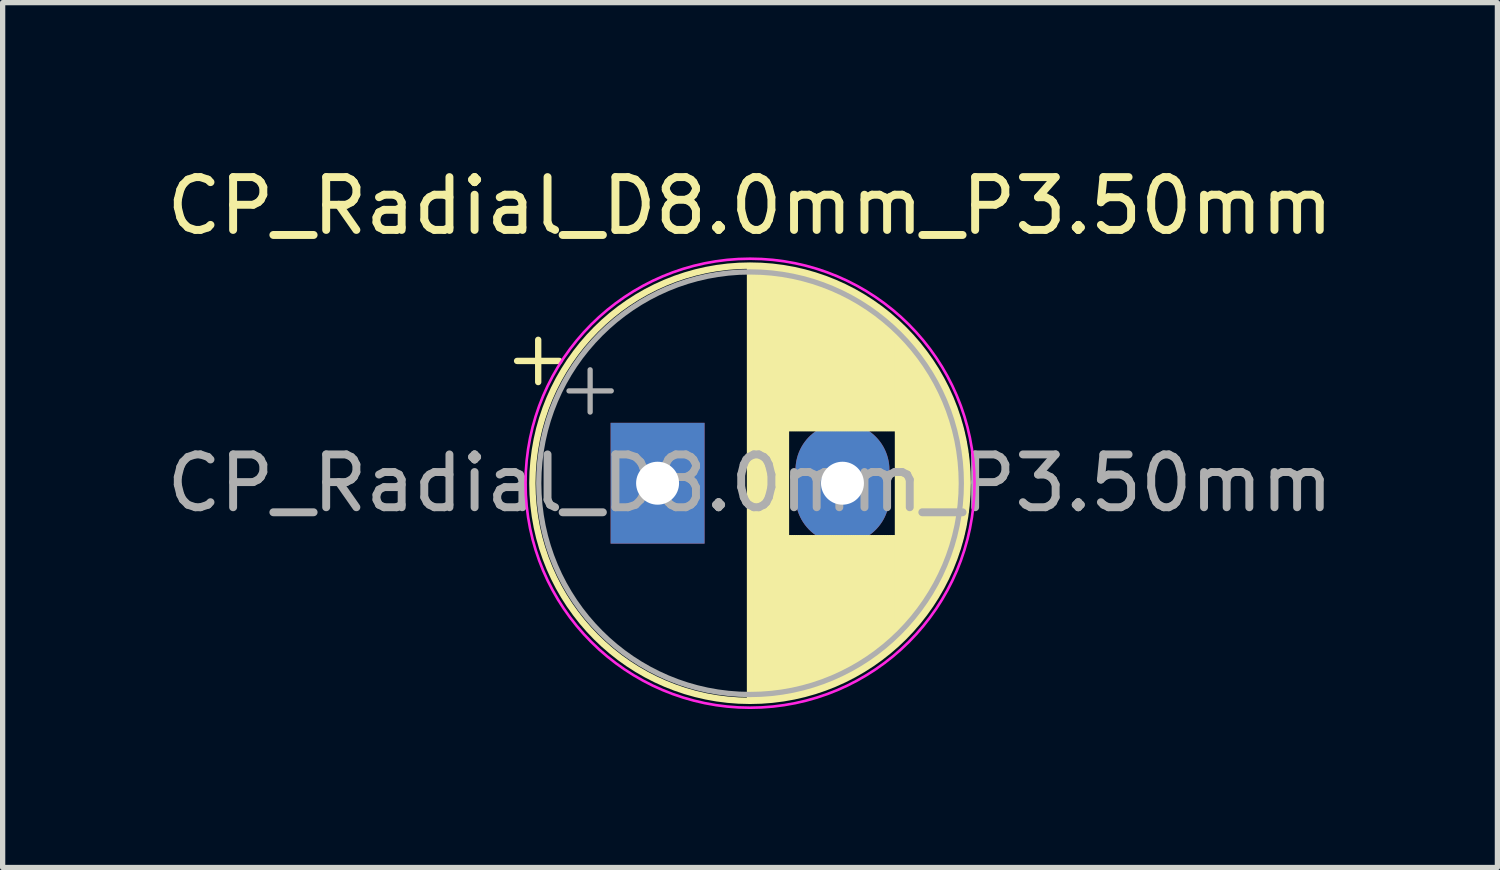
<source format=kicad_pcb>
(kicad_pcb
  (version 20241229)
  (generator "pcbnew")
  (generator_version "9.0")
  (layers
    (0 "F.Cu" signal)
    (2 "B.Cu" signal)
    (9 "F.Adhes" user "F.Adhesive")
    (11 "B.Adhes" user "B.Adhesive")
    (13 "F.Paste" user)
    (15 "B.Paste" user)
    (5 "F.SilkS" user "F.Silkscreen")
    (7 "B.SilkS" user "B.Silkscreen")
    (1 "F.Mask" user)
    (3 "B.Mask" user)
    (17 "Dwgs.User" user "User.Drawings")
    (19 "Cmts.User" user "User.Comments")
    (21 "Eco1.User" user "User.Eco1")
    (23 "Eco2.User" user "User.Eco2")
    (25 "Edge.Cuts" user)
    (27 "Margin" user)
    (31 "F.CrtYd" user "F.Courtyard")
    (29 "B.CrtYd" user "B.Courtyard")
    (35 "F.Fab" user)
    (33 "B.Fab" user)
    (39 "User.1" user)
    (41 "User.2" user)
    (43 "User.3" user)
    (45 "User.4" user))
  (footprint "CP_Radial_D8.0mm_P3.50mm"
    (layer "F.Cu")
    (at 9.399 6.098)
    (property "Reference" "CP_Radial_D8.0mm_P3.50mm" (at 1.75 -5.25 0) (layer "F.SilkS") (effects (font (size 1 1) (thickness 0.15))))
    (attr through_hole)
    (fp_line (start -2.66 -2.315) (end -1.86 -2.315) (stroke (width 0.12) (type solid)) (layer "F.SilkS"))
    (fp_line (start -2.26 -2.715) (end -2.26 -1.915) (stroke (width 0.12) (type solid)) (layer "F.SilkS"))
    (fp_line (start 1.75 -4.08) (end 1.75 4.08) (stroke (width 0.12) (type solid)) (layer "F.SilkS"))
    (fp_line (start 1.79 -4.08) (end 1.79 4.08) (stroke (width 0.12) (type solid)) (layer "F.SilkS"))
    (fp_line (start 1.83 -4.08) (end 1.83 4.08) (stroke (width 0.12) (type solid)) (layer "F.SilkS"))
    (fp_line (start 1.87 -4.079) (end 1.87 4.079) (stroke (width 0.12) (type solid)) (layer "F.SilkS"))
    (fp_line (start 1.91 -4.077) (end 1.91 4.077) (stroke (width 0.12) (type solid)) (layer "F.SilkS"))
    (fp_line (start 1.95 -4.076) (end 1.95 4.076) (stroke (width 0.12) (type solid)) (layer "F.SilkS"))
    (fp_line (start 1.99 -4.074) (end 1.99 4.074) (stroke (width 0.12) (type solid)) (layer "F.SilkS"))
    (fp_line (start 2.03 -4.071) (end 2.03 4.071) (stroke (width 0.12) (type solid)) (layer "F.SilkS"))
    (fp_line (start 2.07 -4.068) (end 2.07 4.068) (stroke (width 0.12) (type solid)) (layer "F.SilkS"))
    (fp_line (start 2.11 -4.065) (end 2.11 4.065) (stroke (width 0.12) (type solid)) (layer "F.SilkS"))
    (fp_line (start 2.15 -4.061) (end 2.15 4.061) (stroke (width 0.12) (type solid)) (layer "F.SilkS"))
    (fp_line (start 2.19 -4.057) (end 2.19 4.057) (stroke (width 0.12) (type solid)) (layer "F.SilkS"))
    (fp_line (start 2.23 -4.052) (end 2.23 4.052) (stroke (width 0.12) (type solid)) (layer "F.SilkS"))
    (fp_line (start 2.27 -4.048) (end 2.27 4.048) (stroke (width 0.12) (type solid)) (layer "F.SilkS"))
    (fp_line (start 2.31 -4.042) (end 2.31 4.042) (stroke (width 0.12) (type solid)) (layer "F.SilkS"))
    (fp_line (start 2.35 -4.037) (end 2.35 4.037) (stroke (width 0.12) (type solid)) (layer "F.SilkS"))
    (fp_line (start 2.39 -4.03) (end 2.39 4.03) (stroke (width 0.12) (type solid)) (layer "F.SilkS"))
    (fp_line (start 2.43 -4.024) (end 2.43 4.024) (stroke (width 0.12) (type solid)) (layer "F.SilkS"))
    (fp_line (start 2.471 -4.017) (end 2.471 -1.04) (stroke (width 0.12) (type solid)) (layer "F.SilkS"))
    (fp_line (start 2.471 1.04) (end 2.471 4.017) (stroke (width 0.12) (type solid)) (layer "F.SilkS"))
    (fp_line (start 2.511 -4.01) (end 2.511 -1.04) (stroke (width 0.12) (type solid)) (layer "F.SilkS"))
    (fp_line (start 2.511 1.04) (end 2.511 4.01) (stroke (width 0.12) (type solid)) (layer "F.SilkS"))
    (fp_line (start 2.551 -4.002) (end 2.551 -1.04) (stroke (width 0.12) (type solid)) (layer "F.SilkS"))
    (fp_line (start 2.551 1.04) (end 2.551 4.002) (stroke (width 0.12) (type solid)) (layer "F.SilkS"))
    (fp_line (start 2.591 -3.994) (end 2.591 -1.04) (stroke (width 0.12) (type solid)) (layer "F.SilkS"))
    (fp_line (start 2.591 1.04) (end 2.591 3.994) (stroke (width 0.12) (type solid)) (layer "F.SilkS"))
    (fp_line (start 2.631 -3.985) (end 2.631 -1.04) (stroke (width 0.12) (type solid)) (layer "F.SilkS"))
    (fp_line (start 2.631 1.04) (end 2.631 3.985) (stroke (width 0.12) (type solid)) (layer "F.SilkS"))
    (fp_line (start 2.671 -3.976) (end 2.671 -1.04) (stroke (width 0.12) (type solid)) (layer "F.SilkS"))
    (fp_line (start 2.671 1.04) (end 2.671 3.976) (stroke (width 0.12) (type solid)) (layer "F.SilkS"))
    (fp_line (start 2.711 -3.967) (end 2.711 -1.04) (stroke (width 0.12) (type solid)) (layer "F.SilkS"))
    (fp_line (start 2.711 1.04) (end 2.711 3.967) (stroke (width 0.12) (type solid)) (layer "F.SilkS"))
    (fp_line (start 2.751 -3.957) (end 2.751 -1.04) (stroke (width 0.12) (type solid)) (layer "F.SilkS"))
    (fp_line (start 2.751 1.04) (end 2.751 3.957) (stroke (width 0.12) (type solid)) (layer "F.SilkS"))
    (fp_line (start 2.791 -3.947) (end 2.791 -1.04) (stroke (width 0.12) (type solid)) (layer "F.SilkS"))
    (fp_line (start 2.791 1.04) (end 2.791 3.947) (stroke (width 0.12) (type solid)) (layer "F.SilkS"))
    (fp_line (start 2.831 -3.936) (end 2.831 -1.04) (stroke (width 0.12) (type solid)) (layer "F.SilkS"))
    (fp_line (start 2.831 1.04) (end 2.831 3.936) (stroke (width 0.12) (type solid)) (layer "F.SilkS"))
    (fp_line (start 2.871 -3.925) (end 2.871 -1.04) (stroke (width 0.12) (type solid)) (layer "F.SilkS"))
    (fp_line (start 2.871 1.04) (end 2.871 3.925) (stroke (width 0.12) (type solid)) (layer "F.SilkS"))
    (fp_line (start 2.911 -3.914) (end 2.911 -1.04) (stroke (width 0.12) (type solid)) (layer "F.SilkS"))
    (fp_line (start 2.911 1.04) (end 2.911 3.914) (stroke (width 0.12) (type solid)) (layer "F.SilkS"))
    (fp_line (start 2.951 -3.902) (end 2.951 -1.04) (stroke (width 0.12) (type solid)) (layer "F.SilkS"))
    (fp_line (start 2.951 1.04) (end 2.951 3.902) (stroke (width 0.12) (type solid)) (layer "F.SilkS"))
    (fp_line (start 2.991 -3.889) (end 2.991 -1.04) (stroke (width 0.12) (type solid)) (layer "F.SilkS"))
    (fp_line (start 2.991 1.04) (end 2.991 3.889) (stroke (width 0.12) (type solid)) (layer "F.SilkS"))
    (fp_line (start 3.031 -3.877) (end 3.031 -1.04) (stroke (width 0.12) (type solid)) (layer "F.SilkS"))
    (fp_line (start 3.031 1.04) (end 3.031 3.877) (stroke (width 0.12) (type solid)) (layer "F.SilkS"))
    (fp_line (start 3.071 -3.863) (end 3.071 -1.04) (stroke (width 0.12) (type solid)) (layer "F.SilkS"))
    (fp_line (start 3.071 1.04) (end 3.071 3.863) (stroke (width 0.12) (type solid)) (layer "F.SilkS"))
    (fp_line (start 3.111 -3.85) (end 3.111 -1.04) (stroke (width 0.12) (type solid)) (layer "F.SilkS"))
    (fp_line (start 3.111 1.04) (end 3.111 3.85) (stroke (width 0.12) (type solid)) (layer "F.SilkS"))
    (fp_line (start 3.151 -3.835) (end 3.151 -1.04) (stroke (width 0.12) (type solid)) (layer "F.SilkS"))
    (fp_line (start 3.151 1.04) (end 3.151 3.835) (stroke (width 0.12) (type solid)) (layer "F.SilkS"))
    (fp_line (start 3.191 -3.821) (end 3.191 -1.04) (stroke (width 0.12) (type solid)) (layer "F.SilkS"))
    (fp_line (start 3.191 1.04) (end 3.191 3.821) (stroke (width 0.12) (type solid)) (layer "F.SilkS"))
    (fp_line (start 3.231 -3.805) (end 3.231 -1.04) (stroke (width 0.12) (type solid)) (layer "F.SilkS"))
    (fp_line (start 3.231 1.04) (end 3.231 3.805) (stroke (width 0.12) (type solid)) (layer "F.SilkS"))
    (fp_line (start 3.271 -3.79) (end 3.271 -1.04) (stroke (width 0.12) (type solid)) (layer "F.SilkS"))
    (fp_line (start 3.271 1.04) (end 3.271 3.79) (stroke (width 0.12) (type solid)) (layer "F.SilkS"))
    (fp_line (start 3.311 -3.774) (end 3.311 -1.04) (stroke (width 0.12) (type solid)) (layer "F.SilkS"))
    (fp_line (start 3.311 1.04) (end 3.311 3.774) (stroke (width 0.12) (type solid)) (layer "F.SilkS"))
    (fp_line (start 3.351 -3.757) (end 3.351 -1.04) (stroke (width 0.12) (type solid)) (layer "F.SilkS"))
    (fp_line (start 3.351 1.04) (end 3.351 3.757) (stroke (width 0.12) (type solid)) (layer "F.SilkS"))
    (fp_line (start 3.391 -3.74) (end 3.391 -1.04) (stroke (width 0.12) (type solid)) (layer "F.SilkS"))
    (fp_line (start 3.391 1.04) (end 3.391 3.74) (stroke (width 0.12) (type solid)) (layer "F.SilkS"))
    (fp_line (start 3.431 -3.722) (end 3.431 -1.04) (stroke (width 0.12) (type solid)) (layer "F.SilkS"))
    (fp_line (start 3.431 1.04) (end 3.431 3.722) (stroke (width 0.12) (type solid)) (layer "F.SilkS"))
    (fp_line (start 3.471 -3.704) (end 3.471 -1.04) (stroke (width 0.12) (type solid)) (layer "F.SilkS"))
    (fp_line (start 3.471 1.04) (end 3.471 3.704) (stroke (width 0.12) (type solid)) (layer "F.SilkS"))
    (fp_line (start 3.511 -3.686) (end 3.511 -1.04) (stroke (width 0.12) (type solid)) (layer "F.SilkS"))
    (fp_line (start 3.511 1.04) (end 3.511 3.686) (stroke (width 0.12) (type solid)) (layer "F.SilkS"))
    (fp_line (start 3.551 -3.666) (end 3.551 -1.04) (stroke (width 0.12) (type solid)) (layer "F.SilkS"))
    (fp_line (start 3.551 1.04) (end 3.551 3.666) (stroke (width 0.12) (type solid)) (layer "F.SilkS"))
    (fp_line (start 3.591 -3.647) (end 3.591 -1.04) (stroke (width 0.12) (type solid)) (layer "F.SilkS"))
    (fp_line (start 3.591 1.04) (end 3.591 3.647) (stroke (width 0.12) (type solid)) (layer "F.SilkS"))
    (fp_line (start 3.631 -3.627) (end 3.631 -1.04) (stroke (width 0.12) (type solid)) (layer "F.SilkS"))
    (fp_line (start 3.631 1.04) (end 3.631 3.627) (stroke (width 0.12) (type solid)) (layer "F.SilkS"))
    (fp_line (start 3.671 -3.606) (end 3.671 -1.04) (stroke (width 0.12) (type solid)) (layer "F.SilkS"))
    (fp_line (start 3.671 1.04) (end 3.671 3.606) (stroke (width 0.12) (type solid)) (layer "F.SilkS"))
    (fp_line (start 3.711 -3.584) (end 3.711 -1.04) (stroke (width 0.12) (type solid)) (layer "F.SilkS"))
    (fp_line (start 3.711 1.04) (end 3.711 3.584) (stroke (width 0.12) (type solid)) (layer "F.SilkS"))
    (fp_line (start 3.751 -3.562) (end 3.751 -1.04) (stroke (width 0.12) (type solid)) (layer "F.SilkS"))
    (fp_line (start 3.751 1.04) (end 3.751 3.562) (stroke (width 0.12) (type solid)) (layer "F.SilkS"))
    (fp_line (start 3.791 -3.54) (end 3.791 -1.04) (stroke (width 0.12) (type solid)) (layer "F.SilkS"))
    (fp_line (start 3.791 1.04) (end 3.791 3.54) (stroke (width 0.12) (type solid)) (layer "F.SilkS"))
    (fp_line (start 3.831 -3.517) (end 3.831 -1.04) (stroke (width 0.12) (type solid)) (layer "F.SilkS"))
    (fp_line (start 3.831 1.04) (end 3.831 3.517) (stroke (width 0.12) (type solid)) (layer "F.SilkS"))
    (fp_line (start 3.871 -3.493) (end 3.871 -1.04) (stroke (width 0.12) (type solid)) (layer "F.SilkS"))
    (fp_line (start 3.871 1.04) (end 3.871 3.493) (stroke (width 0.12) (type solid)) (layer "F.SilkS"))
    (fp_line (start 3.911 -3.469) (end 3.911 -1.04) (stroke (width 0.12) (type solid)) (layer "F.SilkS"))
    (fp_line (start 3.911 1.04) (end 3.911 3.469) (stroke (width 0.12) (type solid)) (layer "F.SilkS"))
    (fp_line (start 3.951 -3.444) (end 3.951 -1.04) (stroke (width 0.12) (type solid)) (layer "F.SilkS"))
    (fp_line (start 3.951 1.04) (end 3.951 3.444) (stroke (width 0.12) (type solid)) (layer "F.SilkS"))
    (fp_line (start 3.991 -3.418) (end 3.991 -1.04) (stroke (width 0.12) (type solid)) (layer "F.SilkS"))
    (fp_line (start 3.991 1.04) (end 3.991 3.418) (stroke (width 0.12) (type solid)) (layer "F.SilkS"))
    (fp_line (start 4.031 -3.392) (end 4.031 -1.04) (stroke (width 0.12) (type solid)) (layer "F.SilkS"))
    (fp_line (start 4.031 1.04) (end 4.031 3.392) (stroke (width 0.12) (type solid)) (layer "F.SilkS"))
    (fp_line (start 4.071 -3.365) (end 4.071 -1.04) (stroke (width 0.12) (type solid)) (layer "F.SilkS"))
    (fp_line (start 4.071 1.04) (end 4.071 3.365) (stroke (width 0.12) (type solid)) (layer "F.SilkS"))
    (fp_line (start 4.111 -3.338) (end 4.111 -1.04) (stroke (width 0.12) (type solid)) (layer "F.SilkS"))
    (fp_line (start 4.111 1.04) (end 4.111 3.338) (stroke (width 0.12) (type solid)) (layer "F.SilkS"))
    (fp_line (start 4.151 -3.309) (end 4.151 -1.04) (stroke (width 0.12) (type solid)) (layer "F.SilkS"))
    (fp_line (start 4.151 1.04) (end 4.151 3.309) (stroke (width 0.12) (type solid)) (layer "F.SilkS"))
    (fp_line (start 4.191 -3.28) (end 4.191 -1.04) (stroke (width 0.12) (type solid)) (layer "F.SilkS"))
    (fp_line (start 4.191 1.04) (end 4.191 3.28) (stroke (width 0.12) (type solid)) (layer "F.SilkS"))
    (fp_line (start 4.231 -3.25) (end 4.231 -1.04) (stroke (width 0.12) (type solid)) (layer "F.SilkS"))
    (fp_line (start 4.231 1.04) (end 4.231 3.25) (stroke (width 0.12) (type solid)) (layer "F.SilkS"))
    (fp_line (start 4.271 -3.22) (end 4.271 -1.04) (stroke (width 0.12) (type solid)) (layer "F.SilkS"))
    (fp_line (start 4.271 1.04) (end 4.271 3.22) (stroke (width 0.12) (type solid)) (layer "F.SilkS"))
    (fp_line (start 4.311 -3.189) (end 4.311 -1.04) (stroke (width 0.12) (type solid)) (layer "F.SilkS"))
    (fp_line (start 4.311 1.04) (end 4.311 3.189) (stroke (width 0.12) (type solid)) (layer "F.SilkS"))
    (fp_line (start 4.351 -3.156) (end 4.351 -1.04) (stroke (width 0.12) (type solid)) (layer "F.SilkS"))
    (fp_line (start 4.351 1.04) (end 4.351 3.156) (stroke (width 0.12) (type solid)) (layer "F.SilkS"))
    (fp_line (start 4.391 -3.124) (end 4.391 -1.04) (stroke (width 0.12) (type solid)) (layer "F.SilkS"))
    (fp_line (start 4.391 1.04) (end 4.391 3.124) (stroke (width 0.12) (type solid)) (layer "F.SilkS"))
    (fp_line (start 4.431 -3.09) (end 4.431 -1.04) (stroke (width 0.12) (type solid)) (layer "F.SilkS"))
    (fp_line (start 4.431 1.04) (end 4.431 3.09) (stroke (width 0.12) (type solid)) (layer "F.SilkS"))
    (fp_line (start 4.471 -3.055) (end 4.471 -1.04) (stroke (width 0.12) (type solid)) (layer "F.SilkS"))
    (fp_line (start 4.471 1.04) (end 4.471 3.055) (stroke (width 0.12) (type solid)) (layer "F.SilkS"))
    (fp_line (start 4.511 -3.019) (end 4.511 -1.04) (stroke (width 0.12) (type solid)) (layer "F.SilkS"))
    (fp_line (start 4.511 1.04) (end 4.511 3.019) (stroke (width 0.12) (type solid)) (layer "F.SilkS"))
    (fp_line (start 4.551 -2.983) (end 4.551 2.983) (stroke (width 0.12) (type solid)) (layer "F.SilkS"))
    (fp_line (start 4.591 -2.945) (end 4.591 2.945) (stroke (width 0.12) (type solid)) (layer "F.SilkS"))
    (fp_line (start 4.631 -2.907) (end 4.631 2.907) (stroke (width 0.12) (type solid)) (layer "F.SilkS"))
    (fp_line (start 4.671 -2.867) (end 4.671 2.867) (stroke (width 0.12) (type solid)) (layer "F.SilkS"))
    (fp_line (start 4.711 -2.826) (end 4.711 2.826) (stroke (width 0.12) (type solid)) (layer "F.SilkS"))
    (fp_line (start 4.751 -2.784) (end 4.751 2.784) (stroke (width 0.12) (type solid)) (layer "F.SilkS"))
    (fp_line (start 4.791 -2.741) (end 4.791 2.741) (stroke (width 0.12) (type solid)) (layer "F.SilkS"))
    (fp_line (start 4.831 -2.697) (end 4.831 2.697) (stroke (width 0.12) (type solid)) (layer "F.SilkS"))
    (fp_line (start 4.871 -2.651) (end 4.871 2.651) (stroke (width 0.12) (type solid)) (layer "F.SilkS"))
    (fp_line (start 4.911 -2.604) (end 4.911 2.604) (stroke (width 0.12) (type solid)) (layer "F.SilkS"))
    (fp_line (start 4.951 -2.556) (end 4.951 2.556) (stroke (width 0.12) (type solid)) (layer "F.SilkS"))
    (fp_line (start 4.991 -2.505) (end 4.991 2.505) (stroke (width 0.12) (type solid)) (layer "F.SilkS"))
    (fp_line (start 5.031 -2.454) (end 5.031 2.454) (stroke (width 0.12) (type solid)) (layer "F.SilkS"))
    (fp_line (start 5.071 -2.4) (end 5.071 2.4) (stroke (width 0.12) (type solid)) (layer "F.SilkS"))
    (fp_line (start 5.111 -2.345) (end 5.111 2.345) (stroke (width 0.12) (type solid)) (layer "F.SilkS"))
    (fp_line (start 5.151 -2.287) (end 5.151 2.287) (stroke (width 0.12) (type solid)) (layer "F.SilkS"))
    (fp_line (start 5.191 -2.228) (end 5.191 2.228) (stroke (width 0.12) (type solid)) (layer "F.SilkS"))
    (fp_line (start 5.231 -2.166) (end 5.231 2.166) (stroke (width 0.12) (type solid)) (layer "F.SilkS"))
    (fp_line (start 5.271 -2.102) (end 5.271 2.102) (stroke (width 0.12) (type solid)) (layer "F.SilkS"))
    (fp_line (start 5.311 -2.034) (end 5.311 2.034) (stroke (width 0.12) (type solid)) (layer "F.SilkS"))
    (fp_line (start 5.351 -1.964) (end 5.351 1.964) (stroke (width 0.12) (type solid)) (layer "F.SilkS"))
    (fp_line (start 5.391 -1.89) (end 5.391 1.89) (stroke (width 0.12) (type solid)) (layer "F.SilkS"))
    (fp_line (start 5.431 -1.813) (end 5.431 1.813) (stroke (width 0.12) (type solid)) (layer "F.SilkS"))
    (fp_line (start 5.471 -1.731) (end 5.471 1.731) (stroke (width 0.12) (type solid)) (layer "F.SilkS"))
    (fp_line (start 5.511 -1.645) (end 5.511 1.645) (stroke (width 0.12) (type solid)) (layer "F.SilkS"))
    (fp_line (start 5.551 -1.552) (end 5.551 1.552) (stroke (width 0.12) (type solid)) (layer "F.SilkS"))
    (fp_line (start 5.591 -1.453) (end 5.591 1.453) (stroke (width 0.12) (type solid)) (layer "F.SilkS"))
    (fp_line (start 5.631 -1.346) (end 5.631 1.346) (stroke (width 0.12) (type solid)) (layer "F.SilkS"))
    (fp_line (start 5.671 -1.229) (end 5.671 1.229) (stroke (width 0.12) (type solid)) (layer "F.SilkS"))
    (fp_line (start 5.711 -1.098) (end 5.711 1.098) (stroke (width 0.12) (type solid)) (layer "F.SilkS"))
    (fp_line (start 5.751 -0.948) (end 5.751 0.948) (stroke (width 0.12) (type solid)) (layer "F.SilkS"))
    (fp_line (start 5.791 -0.768) (end 5.791 0.768) (stroke (width 0.12) (type solid)) (layer "F.SilkS"))
    (fp_line (start 5.831 -0.533) (end 5.831 0.533) (stroke (width 0.12) (type solid)) (layer "F.SilkS"))
    (fp_circle (center 1.75 0) (end 5.87 0) (stroke (width 0.12) (type solid)) (fill no) (layer "F.SilkS"))
    (fp_circle (center 1.75 0) (end 6 0) (stroke (width 0.05) (type solid)) (fill no) (layer "F.CrtYd"))
    (fp_line (start -1.677 -1.748) (end -0.877 -1.748) (stroke (width 0.1) (type solid)) (layer "F.Fab"))
    (fp_line (start -1.277 -2.147) (end -1.277 -1.347) (stroke (width 0.1) (type solid)) (layer "F.Fab"))
    (fp_circle (center 1.75 0) (end 5.75 0) (stroke (width 0.1) (type solid)) (fill no) (layer "F.Fab"))
    (fp_text user "${REFERENCE}" (at 1.75 0 0) (layer "F.Fab") (effects (font (size 1 1) (thickness 0.15))))
    (pad "1" thru_hole rect (at 0 0) (size 1.778 2.286) (drill 0.813) (layers "*.Cu" "*.Mask"))
    (pad "2" thru_hole oval (at 3.5 0) (size 1.778 2.286) (drill 0.813) (layers "*.Cu" "*.Mask")))
  (gr_rect
    (start -3 -3)
    (end 25.298 13.373)
    (stroke (width 0.1) (type default))
    (fill no)
    (layer "Edge.Cuts")))
</source>
